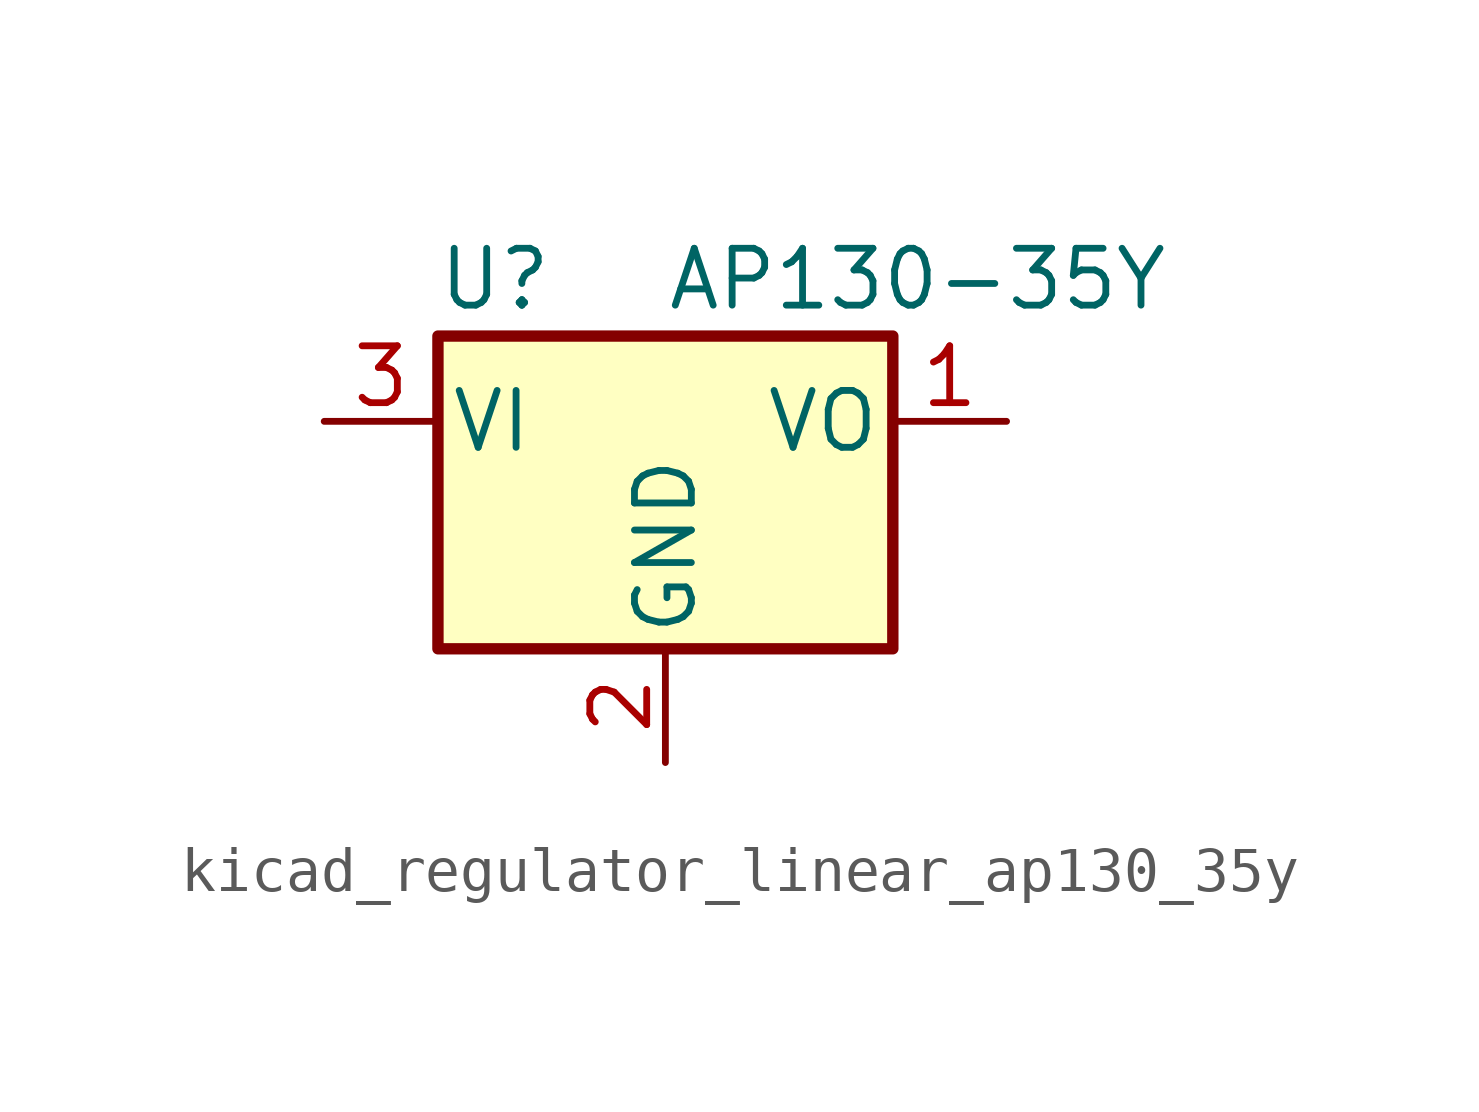
<source format=kicad_sym>
(kicad_symbol_lib
  (version 20220914)
  (generator kicad_symbol_editor)
  (symbol "kicad_regulator_linear_ap130_35y"
    (pin_names
      (offset 0.254))
    (property "Reference" "U"
      (at -3.81 3.175 0)
      (effects (font (size 1.27 1.27))))
    (property "Value" "AP130-35Y"
      (at 0 3.175 0)
      (effects (font (size 1.27 1.27)) (justify left)))
    (symbol "kicad_regulator_linear_ap130_35y_0_1"
      (rectangle (start -5.08 1.905) (end 5.08 -5.08) (stroke (width 0.254) (type default)) (fill (type background))))
    (symbol "kicad_regulator_linear_ap130_35y_1_1"
      (pin power_out line (at 7.62 0 180) (length 2.54) (name "VO" (effects (font (size 1.27 1.27)))) (number "1" (effects (font (size 1.27 1.27)))))
      (pin power_in line (at 0 -7.62 90) (length 2.54) (name "GND" (effects (font (size 1.27 1.27)))) (number "2" (effects (font (size 1.27 1.27)))))
      (pin power_in line (at -7.62 0 0) (length 2.54) (name "VI" (effects (font (size 1.27 1.27)))) (number "3" (effects (font (size 1.27 1.27))))))))
</source>
